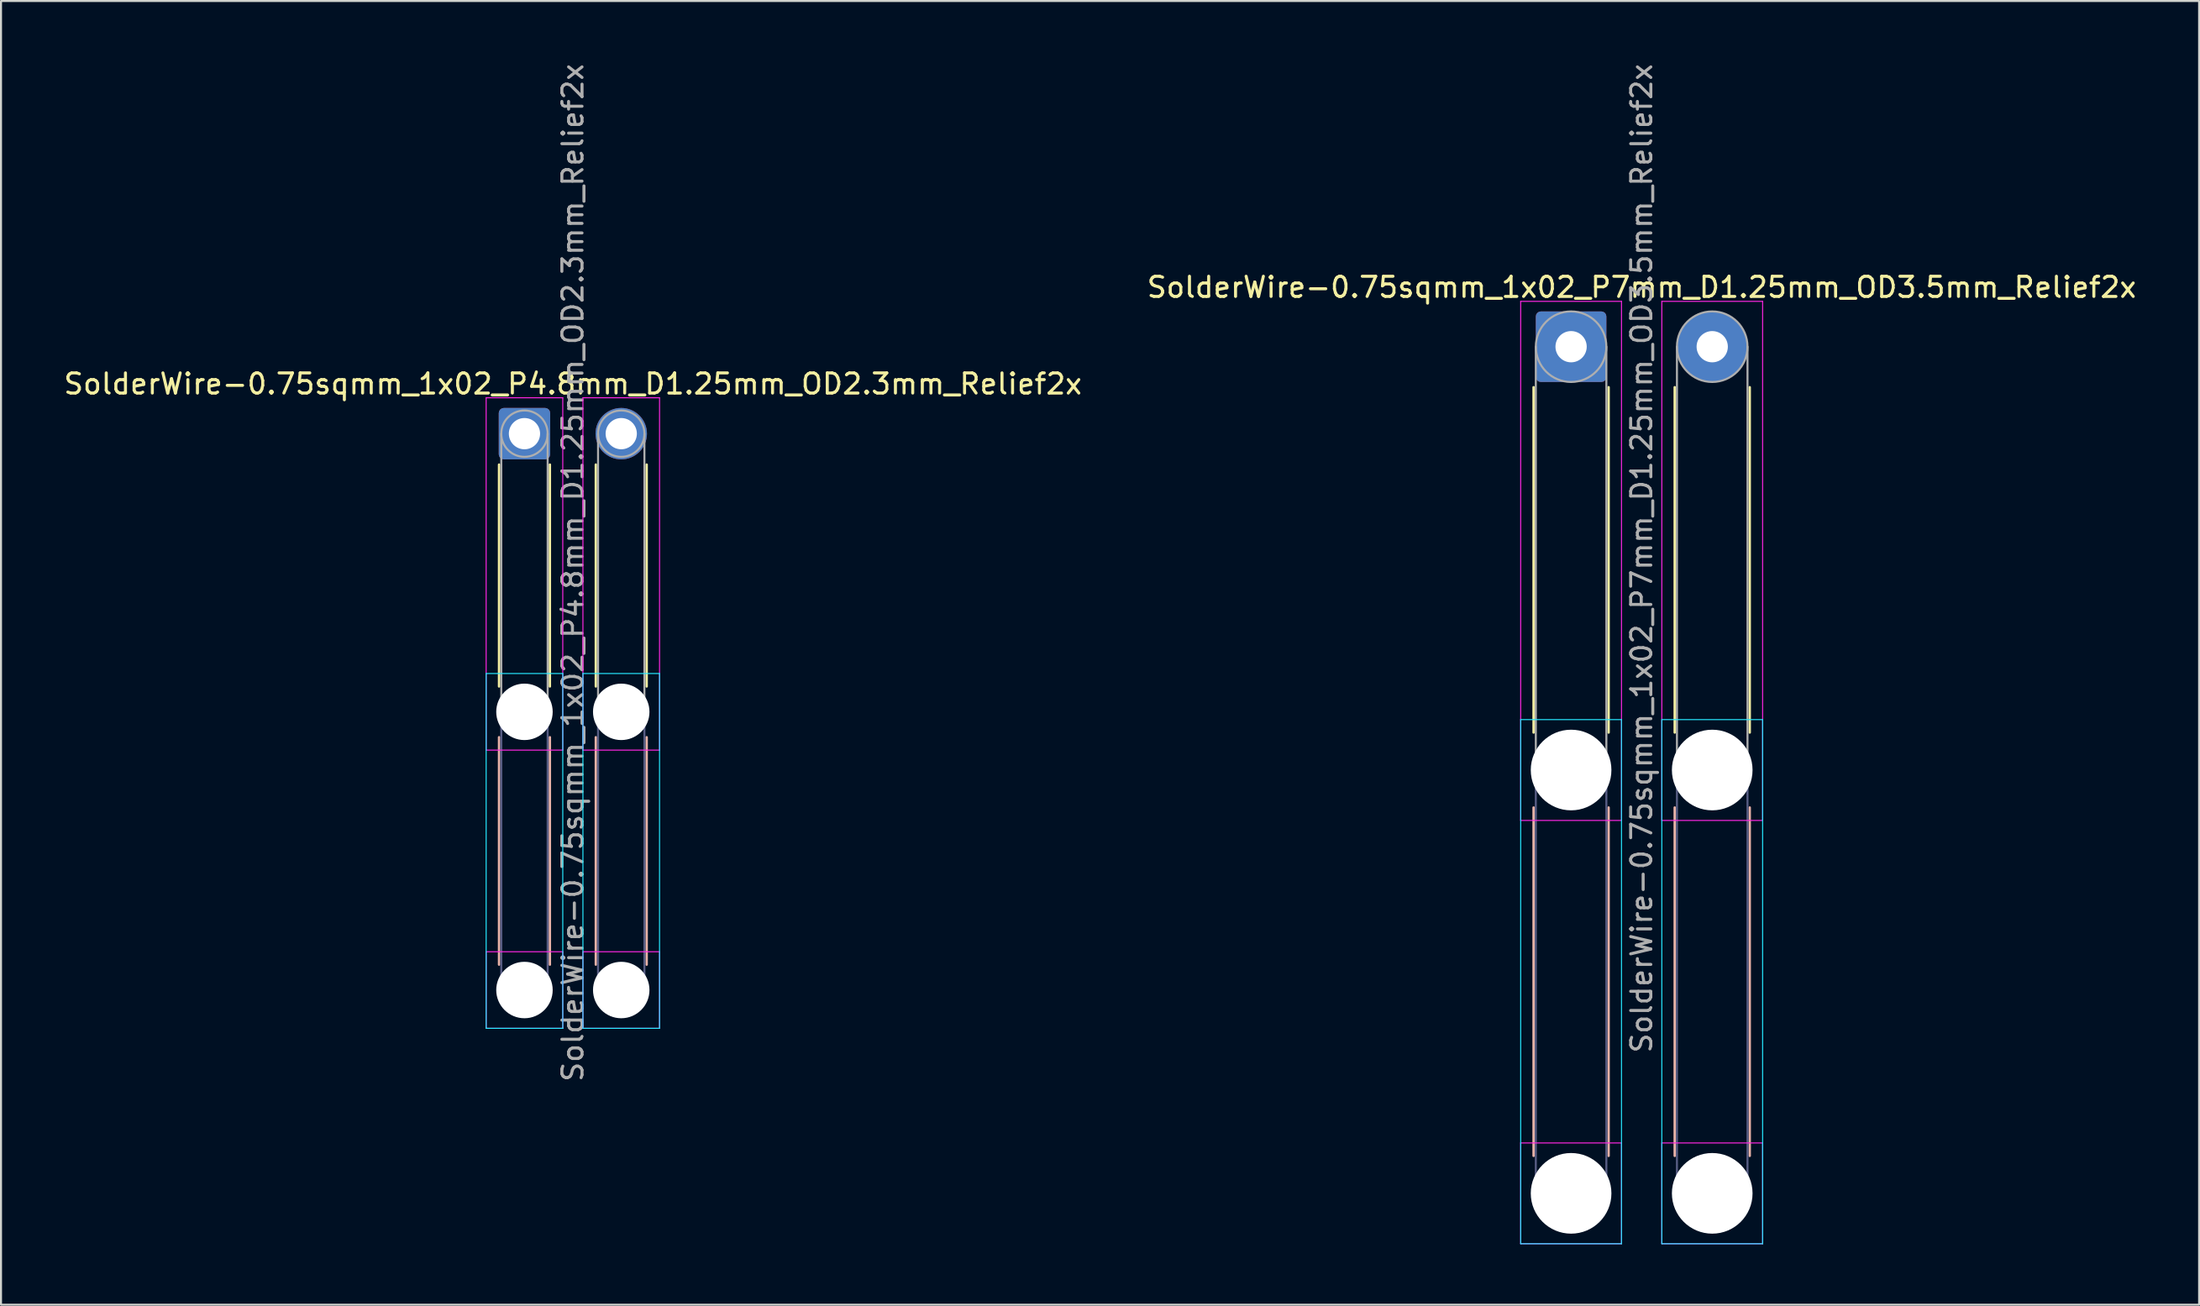
<source format=kicad_pcb>
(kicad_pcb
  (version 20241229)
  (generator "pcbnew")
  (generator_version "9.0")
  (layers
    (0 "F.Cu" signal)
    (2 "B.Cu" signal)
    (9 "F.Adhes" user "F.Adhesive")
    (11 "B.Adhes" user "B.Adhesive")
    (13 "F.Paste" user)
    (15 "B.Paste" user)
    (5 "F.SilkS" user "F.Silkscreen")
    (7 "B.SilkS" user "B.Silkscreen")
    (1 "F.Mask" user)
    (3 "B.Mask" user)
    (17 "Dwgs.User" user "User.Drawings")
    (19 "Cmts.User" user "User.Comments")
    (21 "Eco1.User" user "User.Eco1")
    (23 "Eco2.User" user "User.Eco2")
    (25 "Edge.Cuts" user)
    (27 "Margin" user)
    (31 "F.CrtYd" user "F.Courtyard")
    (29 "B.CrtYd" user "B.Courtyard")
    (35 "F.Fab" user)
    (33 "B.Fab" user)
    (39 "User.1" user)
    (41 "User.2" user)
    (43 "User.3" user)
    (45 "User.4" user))
  (footprint "SolderWire-0.75sqmm_1x02_P7mm_D1.25mm_OD3.5mm_Relief2x"
    (layer "F.Cu")
    (at 74.875 14.149)
    (property "Reference" "SolderWire-0.75sqmm_1x02_P7mm_D1.25mm_OD3.5mm_Relief2x" (at 3.5 -2.95 0) (layer "F.SilkS") (effects (font (size 1 1) (thickness 0.15))))
    (attr exclude_from_pos_files exclude_from_bom)
    (fp_line (start -1.86 2.01) (end -1.86 19.14) (stroke (width 0.12) (type solid)) (layer "F.SilkS"))
    (fp_line (start 1.86 2.01) (end 1.86 19.14) (stroke (width 0.12) (type solid)) (layer "F.SilkS"))
    (fp_line (start 5.14 2.01) (end 5.14 19.14) (stroke (width 0.12) (type solid)) (layer "F.SilkS"))
    (fp_line (start 8.86 2.01) (end 8.86 19.14) (stroke (width 0.12) (type solid)) (layer "F.SilkS"))
    (fp_line (start -1.86 22.86) (end -1.86 40.14) (stroke (width 0.12) (type solid)) (layer "B.SilkS"))
    (fp_line (start 1.86 22.86) (end 1.86 40.14) (stroke (width 0.12) (type solid)) (layer "B.SilkS"))
    (fp_line (start 5.14 22.86) (end 5.14 40.14) (stroke (width 0.12) (type solid)) (layer "B.SilkS"))
    (fp_line (start 8.86 22.86) (end 8.86 40.14) (stroke (width 0.12) (type solid)) (layer "B.SilkS"))
    (fp_line (start -2.5 18.5) (end -2.5 44.5) (stroke (width 0.05) (type solid)) (layer "B.CrtYd"))
    (fp_line (start -2.5 44.5) (end 2.5 44.5) (stroke (width 0.05) (type solid)) (layer "B.CrtYd"))
    (fp_line (start 2.5 18.5) (end -2.5 18.5) (stroke (width 0.05) (type solid)) (layer "B.CrtYd"))
    (fp_line (start 2.5 44.5) (end 2.5 18.5) (stroke (width 0.05) (type solid)) (layer "B.CrtYd"))
    (fp_line (start 4.5 18.5) (end 4.5 44.5) (stroke (width 0.05) (type solid)) (layer "B.CrtYd"))
    (fp_line (start 4.5 44.5) (end 9.5 44.5) (stroke (width 0.05) (type solid)) (layer "B.CrtYd"))
    (fp_line (start 9.5 18.5) (end 4.5 18.5) (stroke (width 0.05) (type solid)) (layer "B.CrtYd"))
    (fp_line (start 9.5 44.5) (end 9.5 18.5) (stroke (width 0.05) (type solid)) (layer "B.CrtYd"))
    (fp_line (start -2.5 -2.25) (end -2.5 23.5) (stroke (width 0.05) (type solid)) (layer "F.CrtYd"))
    (fp_line (start -2.5 23.5) (end 2.5 23.5) (stroke (width 0.05) (type solid)) (layer "F.CrtYd"))
    (fp_line (start -2.5 39.5) (end -2.5 44.5) (stroke (width 0.05) (type solid)) (layer "F.CrtYd"))
    (fp_line (start -2.5 44.5) (end 2.5 44.5) (stroke (width 0.05) (type solid)) (layer "F.CrtYd"))
    (fp_line (start 2.5 -2.25) (end -2.5 -2.25) (stroke (width 0.05) (type solid)) (layer "F.CrtYd"))
    (fp_line (start 2.5 23.5) (end 2.5 -2.25) (stroke (width 0.05) (type solid)) (layer "F.CrtYd"))
    (fp_line (start 2.5 39.5) (end -2.5 39.5) (stroke (width 0.05) (type solid)) (layer "F.CrtYd"))
    (fp_line (start 2.5 44.5) (end 2.5 39.5) (stroke (width 0.05) (type solid)) (layer "F.CrtYd"))
    (fp_line (start 4.5 -2.25) (end 4.5 23.5) (stroke (width 0.05) (type solid)) (layer "F.CrtYd"))
    (fp_line (start 4.5 23.5) (end 9.5 23.5) (stroke (width 0.05) (type solid)) (layer "F.CrtYd"))
    (fp_line (start 4.5 39.5) (end 4.5 44.5) (stroke (width 0.05) (type solid)) (layer "F.CrtYd"))
    (fp_line (start 4.5 44.5) (end 9.5 44.5) (stroke (width 0.05) (type solid)) (layer "F.CrtYd"))
    (fp_line (start 9.5 -2.25) (end 4.5 -2.25) (stroke (width 0.05) (type solid)) (layer "F.CrtYd"))
    (fp_line (start 9.5 23.5) (end 9.5 -2.25) (stroke (width 0.05) (type solid)) (layer "F.CrtYd"))
    (fp_line (start 9.5 39.5) (end 4.5 39.5) (stroke (width 0.05) (type solid)) (layer "F.CrtYd"))
    (fp_line (start 9.5 44.5) (end 9.5 39.5) (stroke (width 0.05) (type solid)) (layer "F.CrtYd"))
    (fp_line (start -1.75 21) (end -1.75 42) (stroke (width 0.1) (type solid)) (layer "B.Fab"))
    (fp_line (start 1.75 21) (end 1.75 42) (stroke (width 0.1) (type solid)) (layer "B.Fab"))
    (fp_line (start 5.25 21) (end 5.25 42) (stroke (width 0.1) (type solid)) (layer "B.Fab"))
    (fp_line (start 8.75 21) (end 8.75 42) (stroke (width 0.1) (type solid)) (layer "B.Fab"))
    (fp_circle (center 0 21) (end 1.75 21) (stroke (width 0.1) (type solid)) (fill no) (layer "B.Fab"))
    (fp_circle (center 0 42) (end 1.75 42) (stroke (width 0.1) (type solid)) (fill no) (layer "B.Fab"))
    (fp_circle (center 7 21) (end 8.75 21) (stroke (width 0.1) (type solid)) (fill no) (layer "B.Fab"))
    (fp_circle (center 7 42) (end 8.75 42) (stroke (width 0.1) (type solid)) (fill no) (layer "B.Fab"))
    (fp_line (start -1.75 0) (end -1.75 21) (stroke (width 0.1) (type solid)) (layer "F.Fab"))
    (fp_line (start 1.75 0) (end 1.75 21) (stroke (width 0.1) (type solid)) (layer "F.Fab"))
    (fp_line (start 5.25 0) (end 5.25 21) (stroke (width 0.1) (type solid)) (layer "F.Fab"))
    (fp_line (start 8.75 0) (end 8.75 21) (stroke (width 0.1) (type solid)) (layer "F.Fab"))
    (fp_circle (center 0 0) (end 1.75 0) (stroke (width 0.1) (type solid)) (fill no) (layer "F.Fab"))
    (fp_circle (center 0 21) (end 1.75 21) (stroke (width 0.1) (type solid)) (fill no) (layer "F.Fab"))
    (fp_circle (center 0 42) (end 1.75 42) (stroke (width 0.1) (type solid)) (fill no) (layer "F.Fab"))
    (fp_circle (center 7 0) (end 8.75 0) (stroke (width 0.1) (type solid)) (fill no) (layer "F.Fab"))
    (fp_circle (center 7 21) (end 8.75 21) (stroke (width 0.1) (type solid)) (fill no) (layer "F.Fab"))
    (fp_circle (center 7 42) (end 8.75 42) (stroke (width 0.1) (type solid)) (fill no) (layer "F.Fab"))
    (fp_text user "${REFERENCE}" (at 3.5 10.5 90) (layer "F.Fab") (effects (font (size 1 1) (thickness 0.15))))
    (pad "" np_thru_hole circle (at 0 21) (size 4 4) (drill 4) (layers "*.Cu" "*.Mask"))
    (pad "" np_thru_hole circle (at 0 42) (size 4 4) (drill 4) (layers "*.Cu" "*.Mask"))
    (pad "" np_thru_hole circle (at 7 21) (size 4 4) (drill 4) (layers "*.Cu" "*.Mask"))
    (pad "" np_thru_hole circle (at 7 42) (size 4 4) (drill 4) (layers "*.Cu" "*.Mask"))
    (pad "1" thru_hole roundrect (at 0 0) (size 3.5 3.5) (drill 1.55) (layers "*.Cu" "*.Mask") (roundrect_rratio 0.071))
    (pad "2" thru_hole circle (at 7 0) (size 3.5 3.5) (drill 1.55) (layers "*.Cu" "*.Mask")))
  (footprint "SolderWire-0.75sqmm_1x02_P4.8mm_D1.25mm_OD2.3mm_Relief2x"
    (layer "F.Cu")
    (at 22.963 18.463)
    (property "Reference" "SolderWire-0.75sqmm_1x02_P4.8mm_D1.25mm_OD2.3mm_Relief2x" (at 2.4 -2.47 0) (layer "F.SilkS") (effects (font (size 1 1) (thickness 0.15))))
    (attr exclude_from_pos_files exclude_from_bom)
    (fp_line (start -1.26 1.535) (end -1.26 12.54) (stroke (width 0.12) (type solid)) (layer "F.SilkS"))
    (fp_line (start 1.26 1.535) (end 1.26 12.54) (stroke (width 0.12) (type solid)) (layer "F.SilkS"))
    (fp_line (start 3.54 1.535) (end 3.54 12.54) (stroke (width 0.12) (type solid)) (layer "F.SilkS"))
    (fp_line (start 6.06 1.535) (end 6.06 12.54) (stroke (width 0.12) (type solid)) (layer "F.SilkS"))
    (fp_line (start -1.26 15.06) (end -1.26 26.34) (stroke (width 0.12) (type solid)) (layer "B.SilkS"))
    (fp_line (start 1.26 15.06) (end 1.26 26.34) (stroke (width 0.12) (type solid)) (layer "B.SilkS"))
    (fp_line (start 3.54 15.06) (end 3.54 26.34) (stroke (width 0.12) (type solid)) (layer "B.SilkS"))
    (fp_line (start 6.06 15.06) (end 6.06 26.34) (stroke (width 0.12) (type solid)) (layer "B.SilkS"))
    (fp_line (start -1.9 11.9) (end -1.9 29.5) (stroke (width 0.05) (type solid)) (layer "B.CrtYd"))
    (fp_line (start -1.9 29.5) (end 1.9 29.5) (stroke (width 0.05) (type solid)) (layer "B.CrtYd"))
    (fp_line (start 1.9 11.9) (end -1.9 11.9) (stroke (width 0.05) (type solid)) (layer "B.CrtYd"))
    (fp_line (start 1.9 29.5) (end 1.9 11.9) (stroke (width 0.05) (type solid)) (layer "B.CrtYd"))
    (fp_line (start 2.9 11.9) (end 2.9 29.5) (stroke (width 0.05) (type solid)) (layer "B.CrtYd"))
    (fp_line (start 2.9 29.5) (end 6.7 29.5) (stroke (width 0.05) (type solid)) (layer "B.CrtYd"))
    (fp_line (start 6.7 11.9) (end 2.9 11.9) (stroke (width 0.05) (type solid)) (layer "B.CrtYd"))
    (fp_line (start 6.7 29.5) (end 6.7 11.9) (stroke (width 0.05) (type solid)) (layer "B.CrtYd"))
    (fp_line (start -1.9 -1.78) (end -1.9 15.7) (stroke (width 0.05) (type solid)) (layer "F.CrtYd"))
    (fp_line (start -1.9 15.7) (end 1.9 15.7) (stroke (width 0.05) (type solid)) (layer "F.CrtYd"))
    (fp_line (start -1.9 25.7) (end -1.9 29.5) (stroke (width 0.05) (type solid)) (layer "F.CrtYd"))
    (fp_line (start -1.9 29.5) (end 1.9 29.5) (stroke (width 0.05) (type solid)) (layer "F.CrtYd"))
    (fp_line (start 1.9 -1.78) (end -1.9 -1.78) (stroke (width 0.05) (type solid)) (layer "F.CrtYd"))
    (fp_line (start 1.9 15.7) (end 1.9 -1.78) (stroke (width 0.05) (type solid)) (layer "F.CrtYd"))
    (fp_line (start 1.9 25.7) (end -1.9 25.7) (stroke (width 0.05) (type solid)) (layer "F.CrtYd"))
    (fp_line (start 1.9 29.5) (end 1.9 25.7) (stroke (width 0.05) (type solid)) (layer "F.CrtYd"))
    (fp_line (start 2.9 -1.78) (end 2.9 15.7) (stroke (width 0.05) (type solid)) (layer "F.CrtYd"))
    (fp_line (start 2.9 15.7) (end 6.7 15.7) (stroke (width 0.05) (type solid)) (layer "F.CrtYd"))
    (fp_line (start 2.9 25.7) (end 2.9 29.5) (stroke (width 0.05) (type solid)) (layer "F.CrtYd"))
    (fp_line (start 2.9 29.5) (end 6.7 29.5) (stroke (width 0.05) (type solid)) (layer "F.CrtYd"))
    (fp_line (start 6.7 -1.78) (end 2.9 -1.78) (stroke (width 0.05) (type solid)) (layer "F.CrtYd"))
    (fp_line (start 6.7 15.7) (end 6.7 -1.78) (stroke (width 0.05) (type solid)) (layer "F.CrtYd"))
    (fp_line (start 6.7 25.7) (end 2.9 25.7) (stroke (width 0.05) (type solid)) (layer "F.CrtYd"))
    (fp_line (start 6.7 29.5) (end 6.7 25.7) (stroke (width 0.05) (type solid)) (layer "F.CrtYd"))
    (fp_line (start -1.15 13.8) (end -1.15 27.6) (stroke (width 0.1) (type solid)) (layer "B.Fab"))
    (fp_line (start 1.15 13.8) (end 1.15 27.6) (stroke (width 0.1) (type solid)) (layer "B.Fab"))
    (fp_line (start 3.65 13.8) (end 3.65 27.6) (stroke (width 0.1) (type solid)) (layer "B.Fab"))
    (fp_line (start 5.95 13.8) (end 5.95 27.6) (stroke (width 0.1) (type solid)) (layer "B.Fab"))
    (fp_circle (center 0 13.8) (end 1.15 13.8) (stroke (width 0.1) (type solid)) (fill no) (layer "B.Fab"))
    (fp_circle (center 0 27.6) (end 1.15 27.6) (stroke (width 0.1) (type solid)) (fill no) (layer "B.Fab"))
    (fp_circle (center 4.8 13.8) (end 5.95 13.8) (stroke (width 0.1) (type solid)) (fill no) (layer "B.Fab"))
    (fp_circle (center 4.8 27.6) (end 5.95 27.6) (stroke (width 0.1) (type solid)) (fill no) (layer "B.Fab"))
    (fp_line (start -1.15 0) (end -1.15 13.8) (stroke (width 0.1) (type solid)) (layer "F.Fab"))
    (fp_line (start 1.15 0) (end 1.15 13.8) (stroke (width 0.1) (type solid)) (layer "F.Fab"))
    (fp_line (start 3.65 0) (end 3.65 13.8) (stroke (width 0.1) (type solid)) (layer "F.Fab"))
    (fp_line (start 5.95 0) (end 5.95 13.8) (stroke (width 0.1) (type solid)) (layer "F.Fab"))
    (fp_circle (center 0 0) (end 1.15 0) (stroke (width 0.1) (type solid)) (fill no) (layer "F.Fab"))
    (fp_circle (center 0 13.8) (end 1.15 13.8) (stroke (width 0.1) (type solid)) (fill no) (layer "F.Fab"))
    (fp_circle (center 0 27.6) (end 1.15 27.6) (stroke (width 0.1) (type solid)) (fill no) (layer "F.Fab"))
    (fp_circle (center 4.8 0) (end 5.95 0) (stroke (width 0.1) (type solid)) (fill no) (layer "F.Fab"))
    (fp_circle (center 4.8 13.8) (end 5.95 13.8) (stroke (width 0.1) (type solid)) (fill no) (layer "F.Fab"))
    (fp_circle (center 4.8 27.6) (end 5.95 27.6) (stroke (width 0.1) (type solid)) (fill no) (layer "F.Fab"))
    (fp_text user "${REFERENCE}" (at 2.4 6.9 90) (layer "F.Fab") (effects (font (size 1 1) (thickness 0.15))))
    (pad "" np_thru_hole circle (at 0 13.8) (size 2.8 2.8) (drill 2.8) (layers "*.Cu" "*.Mask"))
    (pad "" np_thru_hole circle (at 0 27.6) (size 2.8 2.8) (drill 2.8) (layers "*.Cu" "*.Mask"))
    (pad "" np_thru_hole circle (at 4.8 13.8) (size 2.8 2.8) (drill 2.8) (layers "*.Cu" "*.Mask"))
    (pad "" np_thru_hole circle (at 4.8 27.6) (size 2.8 2.8) (drill 2.8) (layers "*.Cu" "*.Mask"))
    (pad "1" thru_hole roundrect (at 0 0) (size 2.55 2.55) (drill 1.55) (layers "*.Cu" "*.Mask") (roundrect_rratio 0.098))
    (pad "2" thru_hole circle (at 4.8 0) (size 2.55 2.55) (drill 1.55) (layers "*.Cu" "*.Mask")))
  (gr_rect
    (start -3 -3)
    (end 106.024 61.674)
    (stroke (width 0.1) (type default))
    (fill no)
    (layer "Edge.Cuts")))
</source>
